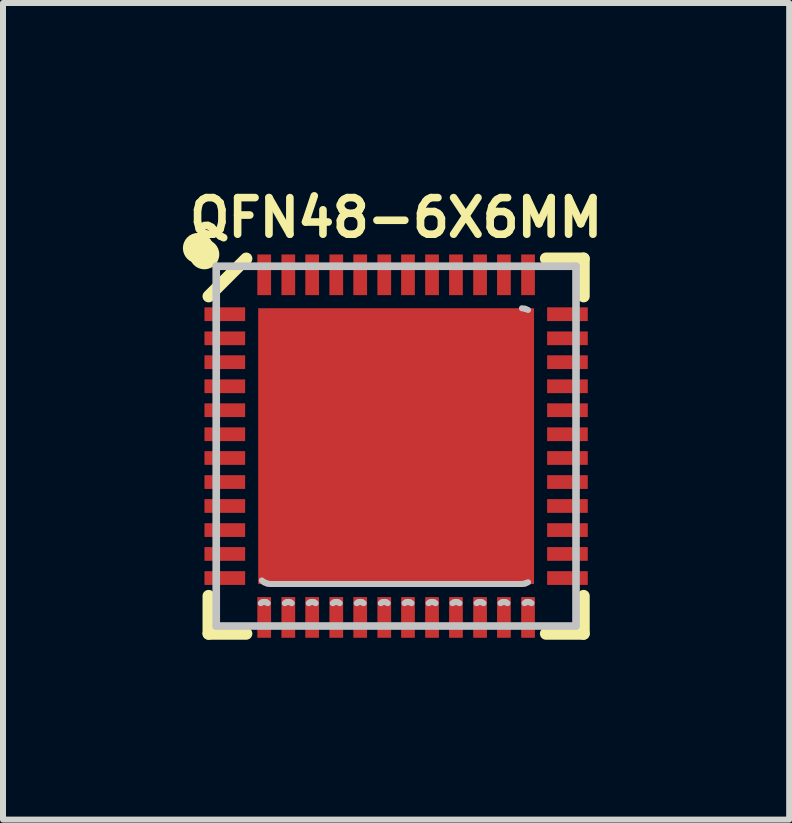
<source format=kicad_pcb>
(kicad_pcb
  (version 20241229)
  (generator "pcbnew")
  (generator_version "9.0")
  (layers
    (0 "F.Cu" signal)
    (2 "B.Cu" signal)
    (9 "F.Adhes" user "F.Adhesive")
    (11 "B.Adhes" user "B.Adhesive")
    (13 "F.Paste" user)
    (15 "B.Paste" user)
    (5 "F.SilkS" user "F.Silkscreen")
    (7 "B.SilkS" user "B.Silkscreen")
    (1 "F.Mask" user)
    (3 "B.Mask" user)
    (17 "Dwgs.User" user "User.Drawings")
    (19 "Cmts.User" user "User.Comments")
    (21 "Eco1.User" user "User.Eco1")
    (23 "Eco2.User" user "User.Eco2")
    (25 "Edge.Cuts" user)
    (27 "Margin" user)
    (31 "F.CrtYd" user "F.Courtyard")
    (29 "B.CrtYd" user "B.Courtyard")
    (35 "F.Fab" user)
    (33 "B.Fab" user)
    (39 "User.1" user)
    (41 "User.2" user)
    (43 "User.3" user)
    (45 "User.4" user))
  (footprint "QFN48-6X6MM"
    (layer "F.Cu")
    (at 3.556 4.39)
    (property "Reference" "QFN48-6X6MM" (at 0 -3.81 0) (layer "F.SilkS") (effects (font (size 0.61 0.61) (thickness 0.127))))
    (attr smd)
    (fp_line (start -3.127 -2.499) (end -2.499 -3.127) (stroke (width 0.203) (type solid)) (layer "F.SilkS"))
    (fp_line (start -3.127 2.499) (end -3.127 3.127) (stroke (width 0.203) (type solid)) (layer "F.SilkS"))
    (fp_line (start -3.127 3.127) (end -2.499 3.127) (stroke (width 0.203) (type solid)) (layer "F.SilkS"))
    (fp_line (start 2.499 3.127) (end 3.127 3.127) (stroke (width 0.203) (type solid)) (layer "F.SilkS"))
    (fp_line (start 3.127 -3.127) (end 2.499 -3.127) (stroke (width 0.203) (type solid)) (layer "F.SilkS"))
    (fp_line (start 3.127 -2.499) (end 3.127 -3.127) (stroke (width 0.203) (type solid)) (layer "F.SilkS"))
    (fp_line (start 3.127 3.127) (end 3.127 2.499) (stroke (width 0.203) (type solid)) (layer "F.SilkS"))
    (fp_circle (center -3.302 -3.302) (end -3.175 -3.302) (stroke (width 0.254) (type solid)) (fill no) (layer "F.SilkS"))
    (fp_circle (center -3.198 -3.198) (end -3.198 -3.447) (stroke (width 0) (type solid)) (fill yes) (layer "F.SilkS"))
    (fp_line (start -1.651 -1.651) (end -1.651 -0.635) (stroke (width 0.508) (type solid)) (layer "F.Paste"))
    (fp_line (start -1.651 -1.651) (end -0.635 -1.651) (stroke (width 0.508) (type solid)) (layer "F.Paste"))
    (fp_line (start -1.651 -1.143) (end -0.635 -1.143) (stroke (width 0.508) (type solid)) (layer "F.Paste"))
    (fp_line (start -1.651 -0.635) (end -0.635 -0.635) (stroke (width 0.508) (type solid)) (layer "F.Paste"))
    (fp_line (start -1.651 0.635) (end -0.635 0.635) (stroke (width 0.508) (type solid)) (layer "F.Paste"))
    (fp_line (start -1.651 1.143) (end -0.635 1.143) (stroke (width 0.508) (type solid)) (layer "F.Paste"))
    (fp_line (start -1.651 1.651) (end -1.651 0.635) (stroke (width 0.508) (type solid)) (layer "F.Paste"))
    (fp_line (start -1.651 1.651) (end -0.635 1.651) (stroke (width 0.508) (type solid)) (layer "F.Paste"))
    (fp_line (start -0.635 -0.635) (end -0.635 -1.651) (stroke (width 0.508) (type solid)) (layer "F.Paste"))
    (fp_line (start -0.635 1.651) (end -0.635 0.635) (stroke (width 0.508) (type solid)) (layer "F.Paste"))
    (fp_line (start 0.635 -1.651) (end 0.635 -0.635) (stroke (width 0.508) (type solid)) (layer "F.Paste"))
    (fp_line (start 0.635 -1.651) (end 1.651 -1.651) (stroke (width 0.508) (type solid)) (layer "F.Paste"))
    (fp_line (start 0.635 -0.635) (end 1.651 -0.635) (stroke (width 0.508) (type solid)) (layer "F.Paste"))
    (fp_line (start 0.635 0.635) (end 0.635 1.651) (stroke (width 0.508) (type solid)) (layer "F.Paste"))
    (fp_line (start 0.635 0.635) (end 1.651 0.635) (stroke (width 0.508) (type solid)) (layer "F.Paste"))
    (fp_line (start 0.635 1.651) (end 1.651 1.651) (stroke (width 0.508) (type solid)) (layer "F.Paste"))
    (fp_line (start 1.651 -1.143) (end 0.635 -1.143) (stroke (width 0.508) (type solid)) (layer "F.Paste"))
    (fp_line (start 1.651 -0.635) (end 1.651 -1.651) (stroke (width 0.508) (type solid)) (layer "F.Paste"))
    (fp_line (start 1.651 0.635) (end 1.651 1.651) (stroke (width 0.508) (type solid)) (layer "F.Paste"))
    (fp_line (start 1.651 1.143) (end 0.635 1.143) (stroke (width 0.508) (type solid)) (layer "F.Paste"))
    (fp_line (start -3 -3) (end -3 3) (stroke (width 0.127) (type solid)) (layer "Dwgs.User"))
    (fp_line (start -3 3) (end 3 3) (stroke (width 0.127) (type solid)) (layer "Dwgs.User"))
    (fp_line (start -2.23 2.603) (end -2.258 2.619) (stroke (width 0.1) (type solid)) (layer "Dwgs.User"))
    (fp_line (start -2.2 2.271) (end -2.24 2.24) (stroke (width 0.1) (type solid)) (layer "Dwgs.User"))
    (fp_line (start -2.2 2.598) (end -2.23 2.603) (stroke (width 0.1) (type solid)) (layer "Dwgs.User"))
    (fp_line (start -2.167 2.603) (end -2.2 2.598) (stroke (width 0.1) (type solid)) (layer "Dwgs.User"))
    (fp_line (start -2.151 2.291) (end -2.2 2.271) (stroke (width 0.1) (type solid)) (layer "Dwgs.User"))
    (fp_line (start -2.141 2.619) (end -2.167 2.603) (stroke (width 0.1) (type solid)) (layer "Dwgs.User"))
    (fp_line (start -2.098 2.299) (end -2.151 2.291) (stroke (width 0.1) (type solid)) (layer "Dwgs.User"))
    (fp_line (start -1.829 2.603) (end -1.857 2.619) (stroke (width 0.1) (type solid)) (layer "Dwgs.User"))
    (fp_line (start -1.798 2.598) (end -1.829 2.603) (stroke (width 0.1) (type solid)) (layer "Dwgs.User"))
    (fp_line (start -1.768 2.603) (end -1.798 2.598) (stroke (width 0.1) (type solid)) (layer "Dwgs.User"))
    (fp_line (start -1.74 2.619) (end -1.768 2.603) (stroke (width 0.1) (type solid)) (layer "Dwgs.User"))
    (fp_line (start -1.43 2.603) (end -1.458 2.619) (stroke (width 0.1) (type solid)) (layer "Dwgs.User"))
    (fp_line (start -1.4 2.598) (end -1.43 2.603) (stroke (width 0.1) (type solid)) (layer "Dwgs.User"))
    (fp_line (start -1.369 2.603) (end -1.4 2.598) (stroke (width 0.1) (type solid)) (layer "Dwgs.User"))
    (fp_line (start -1.341 2.619) (end -1.369 2.603) (stroke (width 0.1) (type solid)) (layer "Dwgs.User"))
    (fp_line (start -1.029 2.603) (end -1.057 2.619) (stroke (width 0.1) (type solid)) (layer "Dwgs.User"))
    (fp_line (start -0.998 2.598) (end -1.029 2.603) (stroke (width 0.1) (type solid)) (layer "Dwgs.User"))
    (fp_line (start -0.968 2.603) (end -0.998 2.598) (stroke (width 0.1) (type solid)) (layer "Dwgs.User"))
    (fp_line (start -0.94 2.619) (end -0.968 2.603) (stroke (width 0.1) (type solid)) (layer "Dwgs.User"))
    (fp_line (start -0.63 2.603) (end -0.658 2.619) (stroke (width 0.1) (type solid)) (layer "Dwgs.User"))
    (fp_line (start -0.599 2.598) (end -0.63 2.603) (stroke (width 0.1) (type solid)) (layer "Dwgs.User"))
    (fp_line (start -0.569 2.603) (end -0.599 2.598) (stroke (width 0.1) (type solid)) (layer "Dwgs.User"))
    (fp_line (start -0.541 2.619) (end -0.569 2.603) (stroke (width 0.1) (type solid)) (layer "Dwgs.User"))
    (fp_line (start -0.229 2.603) (end -0.257 2.619) (stroke (width 0.1) (type solid)) (layer "Dwgs.User"))
    (fp_line (start -0.198 2.598) (end -0.229 2.603) (stroke (width 0.1) (type solid)) (layer "Dwgs.User"))
    (fp_line (start -0.168 2.603) (end -0.198 2.598) (stroke (width 0.1) (type solid)) (layer "Dwgs.User"))
    (fp_line (start -0.14 2.619) (end -0.168 2.603) (stroke (width 0.1) (type solid)) (layer "Dwgs.User"))
    (fp_line (start 0.168 2.603) (end 0.14 2.619) (stroke (width 0.1) (type solid)) (layer "Dwgs.User"))
    (fp_line (start 0.198 2.598) (end 0.168 2.603) (stroke (width 0.1) (type solid)) (layer "Dwgs.User"))
    (fp_line (start 0.229 2.603) (end 0.198 2.598) (stroke (width 0.1) (type solid)) (layer "Dwgs.User"))
    (fp_line (start 0.257 2.619) (end 0.229 2.603) (stroke (width 0.1) (type solid)) (layer "Dwgs.User"))
    (fp_line (start 0.569 2.603) (end 0.541 2.619) (stroke (width 0.1) (type solid)) (layer "Dwgs.User"))
    (fp_line (start 0.599 2.598) (end 0.569 2.603) (stroke (width 0.1) (type solid)) (layer "Dwgs.User"))
    (fp_line (start 0.63 2.603) (end 0.599 2.598) (stroke (width 0.1) (type solid)) (layer "Dwgs.User"))
    (fp_line (start 0.658 2.619) (end 0.63 2.603) (stroke (width 0.1) (type solid)) (layer "Dwgs.User"))
    (fp_line (start 0.968 2.603) (end 0.94 2.619) (stroke (width 0.1) (type solid)) (layer "Dwgs.User"))
    (fp_line (start 0.998 2.598) (end 0.968 2.603) (stroke (width 0.1) (type solid)) (layer "Dwgs.User"))
    (fp_line (start 1.029 2.603) (end 0.998 2.598) (stroke (width 0.1) (type solid)) (layer "Dwgs.User"))
    (fp_line (start 1.057 2.619) (end 1.029 2.603) (stroke (width 0.1) (type solid)) (layer "Dwgs.User"))
    (fp_line (start 1.369 2.603) (end 1.341 2.619) (stroke (width 0.1) (type solid)) (layer "Dwgs.User"))
    (fp_line (start 1.4 2.598) (end 1.369 2.603) (stroke (width 0.1) (type solid)) (layer "Dwgs.User"))
    (fp_line (start 1.43 2.603) (end 1.4 2.598) (stroke (width 0.1) (type solid)) (layer "Dwgs.User"))
    (fp_line (start 1.458 2.619) (end 1.43 2.603) (stroke (width 0.1) (type solid)) (layer "Dwgs.User"))
    (fp_line (start 1.768 2.603) (end 1.74 2.619) (stroke (width 0.1) (type solid)) (layer "Dwgs.User"))
    (fp_line (start 1.798 2.598) (end 1.768 2.603) (stroke (width 0.1) (type solid)) (layer "Dwgs.User"))
    (fp_line (start 1.829 2.603) (end 1.798 2.598) (stroke (width 0.1) (type solid)) (layer "Dwgs.User"))
    (fp_line (start 1.857 2.619) (end 1.829 2.603) (stroke (width 0.1) (type solid)) (layer "Dwgs.User"))
    (fp_line (start 2.098 -2.299) (end 2.151 -2.291) (stroke (width 0.1) (type solid)) (layer "Dwgs.User"))
    (fp_line (start 2.098 2.299) (end -2.098 2.299) (stroke (width 0.1) (type solid)) (layer "Dwgs.User"))
    (fp_line (start 2.151 -2.291) (end 2.2 -2.271) (stroke (width 0.1) (type solid)) (layer "Dwgs.User"))
    (fp_line (start 2.151 2.291) (end 2.098 2.299) (stroke (width 0.1) (type solid)) (layer "Dwgs.User"))
    (fp_line (start 2.167 2.603) (end 2.141 2.619) (stroke (width 0.1) (type solid)) (layer "Dwgs.User"))
    (fp_line (start 2.2 2.271) (end 2.151 2.291) (stroke (width 0.1) (type solid)) (layer "Dwgs.User"))
    (fp_line (start 2.2 2.598) (end 2.167 2.603) (stroke (width 0.1) (type solid)) (layer "Dwgs.User"))
    (fp_line (start 2.23 2.603) (end 2.2 2.598) (stroke (width 0.1) (type solid)) (layer "Dwgs.User"))
    (fp_line (start 2.258 2.619) (end 2.23 2.603) (stroke (width 0.1) (type solid)) (layer "Dwgs.User"))
    (fp_line (start 3 -3) (end -3 -3) (stroke (width 0.127) (type solid)) (layer "Dwgs.User"))
    (fp_line (start 3 3) (end 3 -3) (stroke (width 0.127) (type solid)) (layer "Dwgs.User"))
    (pad "1" smd rect (at -2.857 -2.2 90) (size 0.229 0.678) (layers "F.Cu" "F.Mask" "F.Paste"))
    (pad "2" smd rect (at -2.857 -1.798 90) (size 0.229 0.678) (layers "F.Cu" "F.Mask" "F.Paste"))
    (pad "3" smd rect (at -2.857 -1.4 90) (size 0.229 0.678) (layers "F.Cu" "F.Mask" "F.Paste"))
    (pad "4" smd rect (at -2.857 -0.998 90) (size 0.229 0.678) (layers "F.Cu" "F.Mask" "F.Paste"))
    (pad "5" smd rect (at -2.857 -0.599 90) (size 0.229 0.678) (layers "F.Cu" "F.Mask" "F.Paste"))
    (pad "6" smd rect (at -2.857 -0.198 90) (size 0.229 0.678) (layers "F.Cu" "F.Mask" "F.Paste"))
    (pad "7" smd rect (at -2.857 0.198 90) (size 0.229 0.678) (layers "F.Cu" "F.Mask" "F.Paste"))
    (pad "8" smd rect (at -2.857 0.599 90) (size 0.229 0.678) (layers "F.Cu" "F.Mask" "F.Paste"))
    (pad "9" smd rect (at -2.857 0.998 90) (size 0.229 0.678) (layers "F.Cu" "F.Mask" "F.Paste"))
    (pad "10" smd rect (at -2.857 1.4 90) (size 0.229 0.678) (layers "F.Cu" "F.Mask" "F.Paste"))
    (pad "11" smd rect (at -2.857 1.798 90) (size 0.229 0.678) (layers "F.Cu" "F.Mask" "F.Paste"))
    (pad "12" smd rect (at -2.857 2.2 90) (size 0.229 0.678) (layers "F.Cu" "F.Mask" "F.Paste"))
    (pad "13" smd rect (at -2.2 2.857 180) (size 0.229 0.678) (layers "F.Cu" "F.Mask" "F.Paste"))
    (pad "14" smd rect (at -1.798 2.857 180) (size 0.229 0.678) (layers "F.Cu" "F.Mask" "F.Paste"))
    (pad "15" smd rect (at -1.4 2.857 180) (size 0.229 0.678) (layers "F.Cu" "F.Mask" "F.Paste"))
    (pad "16" smd rect (at -0.998 2.857 180) (size 0.229 0.678) (layers "F.Cu" "F.Mask" "F.Paste"))
    (pad "17" smd rect (at -0.599 2.857 180) (size 0.229 0.678) (layers "F.Cu" "F.Mask" "F.Paste"))
    (pad "18" smd rect (at -0.198 2.857 180) (size 0.229 0.678) (layers "F.Cu" "F.Mask" "F.Paste"))
    (pad "19" smd rect (at 0.198 2.857 180) (size 0.229 0.678) (layers "F.Cu" "F.Mask" "F.Paste"))
    (pad "20" smd rect (at 0.599 2.857 180) (size 0.229 0.678) (layers "F.Cu" "F.Mask" "F.Paste"))
    (pad "21" smd rect (at 0.998 2.857 180) (size 0.229 0.678) (layers "F.Cu" "F.Mask" "F.Paste"))
    (pad "22" smd rect (at 1.4 2.857 180) (size 0.229 0.678) (layers "F.Cu" "F.Mask" "F.Paste"))
    (pad "23" smd rect (at 1.798 2.857 180) (size 0.229 0.678) (layers "F.Cu" "F.Mask" "F.Paste"))
    (pad "24" smd rect (at 2.2 2.857 180) (size 0.229 0.678) (layers "F.Cu" "F.Mask" "F.Paste"))
    (pad "25" smd rect (at 2.857 2.2 270) (size 0.229 0.678) (layers "F.Cu" "F.Mask" "F.Paste"))
    (pad "26" smd rect (at 2.857 1.798 270) (size 0.229 0.678) (layers "F.Cu" "F.Mask" "F.Paste"))
    (pad "27" smd rect (at 2.857 1.4 270) (size 0.229 0.678) (layers "F.Cu" "F.Mask" "F.Paste"))
    (pad "28" smd rect (at 2.857 0.998 270) (size 0.229 0.678) (layers "F.Cu" "F.Mask" "F.Paste"))
    (pad "29" smd rect (at 2.857 0.599 270) (size 0.229 0.678) (layers "F.Cu" "F.Mask" "F.Paste"))
    (pad "30" smd rect (at 2.857 0.198 270) (size 0.229 0.678) (layers "F.Cu" "F.Mask" "F.Paste"))
    (pad "31" smd rect (at 2.857 -0.198 270) (size 0.229 0.678) (layers "F.Cu" "F.Mask" "F.Paste"))
    (pad "32" smd rect (at 2.857 -0.599 270) (size 0.229 0.678) (layers "F.Cu" "F.Mask" "F.Paste"))
    (pad "33" smd rect (at 2.857 -0.998 270) (size 0.229 0.678) (layers "F.Cu" "F.Mask" "F.Paste"))
    (pad "34" smd rect (at 2.857 -1.4 270) (size 0.229 0.678) (layers "F.Cu" "F.Mask" "F.Paste"))
    (pad "35" smd rect (at 2.857 -1.798 270) (size 0.229 0.678) (layers "F.Cu" "F.Mask" "F.Paste"))
    (pad "36" smd rect (at 2.857 -2.2 270) (size 0.229 0.678) (layers "F.Cu" "F.Mask" "F.Paste"))
    (pad "37" smd rect (at 2.2 -2.857) (size 0.229 0.678) (layers "F.Cu" "F.Mask" "F.Paste"))
    (pad "38" smd rect (at 1.798 -2.857) (size 0.229 0.678) (layers "F.Cu" "F.Mask" "F.Paste"))
    (pad "39" smd rect (at 1.4 -2.857) (size 0.229 0.678) (layers "F.Cu" "F.Mask" "F.Paste"))
    (pad "40" smd rect (at 0.998 -2.857) (size 0.229 0.678) (layers "F.Cu" "F.Mask" "F.Paste"))
    (pad "41" smd rect (at 0.599 -2.857) (size 0.229 0.678) (layers "F.Cu" "F.Mask" "F.Paste"))
    (pad "42" smd rect (at 0.198 -2.857) (size 0.229 0.678) (layers "F.Cu" "F.Mask" "F.Paste"))
    (pad "43" smd rect (at -0.198 -2.857) (size 0.229 0.678) (layers "F.Cu" "F.Mask" "F.Paste"))
    (pad "44" smd rect (at -0.599 -2.857) (size 0.229 0.678) (layers "F.Cu" "F.Mask" "F.Paste"))
    (pad "45" smd rect (at -0.998 -2.857) (size 0.229 0.678) (layers "F.Cu" "F.Mask" "F.Paste"))
    (pad "46" smd rect (at -1.4 -2.857) (size 0.229 0.678) (layers "F.Cu" "F.Mask" "F.Paste"))
    (pad "47" smd rect (at -1.798 -2.857) (size 0.229 0.678) (layers "F.Cu" "F.Mask" "F.Paste"))
    (pad "48" smd rect (at -2.2 -2.857) (size 0.229 0.678) (layers "F.Cu" "F.Mask" "F.Paste"))
    (pad "EP" smd rect (at 0 0) (size 4.6 4.6) (layers "F.Cu" "F.Mask")))
  (gr_rect
    (start -3 -3)
    (end 10.111 10.618)
    (stroke (width 0.1) (type default))
    (fill no)
    (layer "Edge.Cuts")))
</source>
